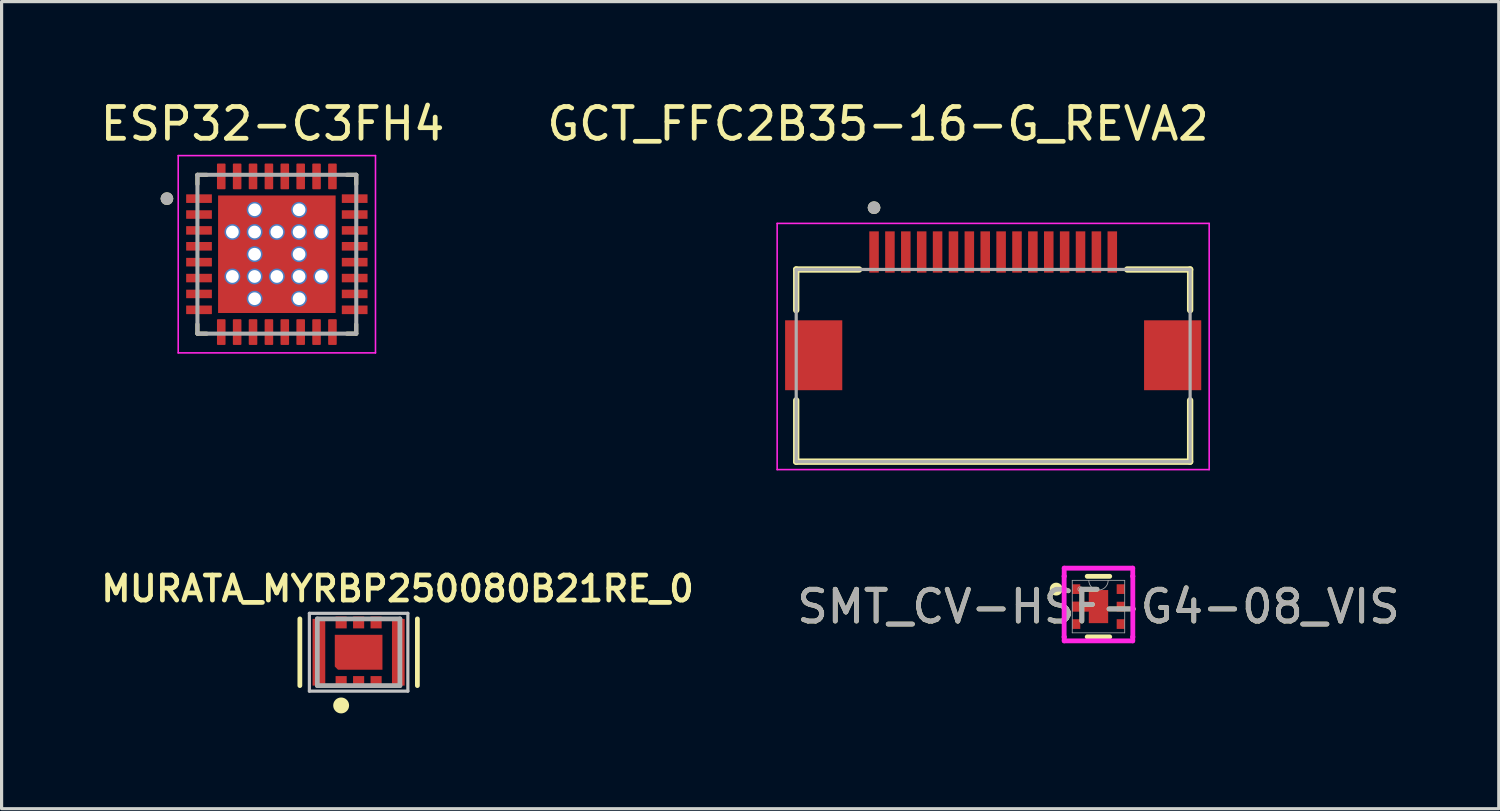
<source format=kicad_pcb>
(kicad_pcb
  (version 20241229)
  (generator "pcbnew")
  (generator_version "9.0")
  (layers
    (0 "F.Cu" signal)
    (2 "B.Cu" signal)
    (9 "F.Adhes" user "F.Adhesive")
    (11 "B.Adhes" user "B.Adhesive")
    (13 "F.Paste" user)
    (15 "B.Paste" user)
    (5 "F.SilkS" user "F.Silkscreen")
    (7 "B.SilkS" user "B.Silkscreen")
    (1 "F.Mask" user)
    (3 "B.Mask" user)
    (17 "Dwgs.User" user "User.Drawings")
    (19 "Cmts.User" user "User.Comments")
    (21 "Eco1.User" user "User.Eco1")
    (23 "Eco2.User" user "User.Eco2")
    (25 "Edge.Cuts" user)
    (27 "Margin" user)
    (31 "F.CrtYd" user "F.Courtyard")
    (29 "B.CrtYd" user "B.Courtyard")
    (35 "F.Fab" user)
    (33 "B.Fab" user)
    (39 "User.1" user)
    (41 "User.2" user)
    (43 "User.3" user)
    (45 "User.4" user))
  (footprint "GCT_FFC2B35-16-G_REVA2"
    (layer "F.Cu")
    (at 28.214 8.133)
    (property "Reference" "GCT_FFC2B35-16-G_REVA2" (at -3.625 -7.285 0) (layer "F.SilkS") (effects (font (size 1 1) (thickness 0.15))))
    (attr smd)
    (fp_line (start -6.2 -2.7) (end -4.22 -2.7) (stroke (width 0.2) (type solid)) (layer "F.SilkS"))
    (fp_line (start -6.2 -1.42) (end -6.2 -2.7) (stroke (width 0.2) (type solid)) (layer "F.SilkS"))
    (fp_line (start -6.2 3.35) (end -6.2 1.42) (stroke (width 0.2) (type solid)) (layer "F.SilkS"))
    (fp_line (start 4.22 -2.7) (end 6.2 -2.7) (stroke (width 0.2) (type solid)) (layer "F.SilkS"))
    (fp_line (start 6.2 -2.7) (end 6.2 -1.42) (stroke (width 0.2) (type solid)) (layer "F.SilkS"))
    (fp_line (start 6.2 3.35) (end -6.2 3.35) (stroke (width 0.2) (type solid)) (layer "F.SilkS"))
    (fp_line (start 6.2 3.35) (end 6.2 1.42) (stroke (width 0.2) (type solid)) (layer "F.SilkS"))
    (fp_circle (center -3.75 -4.646) (end -3.65 -4.646) (stroke (width 0.2) (type solid)) (fill no) (layer "F.SilkS"))
    (fp_line (start -6.8 -4.15) (end -6.8 3.6) (stroke (width 0.05) (type solid)) (layer "F.CrtYd"))
    (fp_line (start -6.8 3.6) (end 6.8 3.6) (stroke (width 0.05) (type solid)) (layer "F.CrtYd"))
    (fp_line (start 6.8 -4.15) (end -6.8 -4.15) (stroke (width 0.05) (type solid)) (layer "F.CrtYd"))
    (fp_line (start 6.8 3.6) (end 6.8 -4.15) (stroke (width 0.05) (type solid)) (layer "F.CrtYd"))
    (fp_line (start -6.2 -2.7) (end 6.2 -2.7) (stroke (width 0.1) (type solid)) (layer "F.Fab"))
    (fp_line (start -6.2 3.35) (end -6.2 -2.7) (stroke (width 0.1) (type solid)) (layer "F.Fab"))
    (fp_line (start 6.2 -2.7) (end 6.2 3.35) (stroke (width 0.1) (type solid)) (layer "F.Fab"))
    (fp_line (start 6.2 3.35) (end -6.2 3.35) (stroke (width 0.1) (type solid)) (layer "F.Fab"))
    (fp_circle (center -3.75 -4.646) (end -3.65 -4.646) (stroke (width 0.2) (type solid)) (fill no) (layer "F.Fab"))
    (pad "1" smd rect (at -3.75 -3.25) (size 0.3 1.3) (layers "F.Cu" "F.Mask" "F.Paste"))
    (pad "2" smd rect (at -3.25 -3.25) (size 0.3 1.3) (layers "F.Cu" "F.Mask" "F.Paste"))
    (pad "3" smd rect (at -2.75 -3.25) (size 0.3 1.3) (layers "F.Cu" "F.Mask" "F.Paste"))
    (pad "4" smd rect (at -2.25 -3.25) (size 0.3 1.3) (layers "F.Cu" "F.Mask" "F.Paste"))
    (pad "5" smd rect (at -1.75 -3.25) (size 0.3 1.3) (layers "F.Cu" "F.Mask" "F.Paste"))
    (pad "6" smd rect (at -1.25 -3.25) (size 0.3 1.3) (layers "F.Cu" "F.Mask" "F.Paste"))
    (pad "7" smd rect (at -0.75 -3.25) (size 0.3 1.3) (layers "F.Cu" "F.Mask" "F.Paste"))
    (pad "8" smd rect (at -0.25 -3.25) (size 0.3 1.3) (layers "F.Cu" "F.Mask" "F.Paste"))
    (pad "9" smd rect (at 0.25 -3.25) (size 0.3 1.3) (layers "F.Cu" "F.Mask" "F.Paste"))
    (pad "10" smd rect (at 0.75 -3.25) (size 0.3 1.3) (layers "F.Cu" "F.Mask" "F.Paste"))
    (pad "11" smd rect (at 1.25 -3.25) (size 0.3 1.3) (layers "F.Cu" "F.Mask" "F.Paste"))
    (pad "12" smd rect (at 1.75 -3.25) (size 0.3 1.3) (layers "F.Cu" "F.Mask" "F.Paste"))
    (pad "13" smd rect (at 2.25 -3.25) (size 0.3 1.3) (layers "F.Cu" "F.Mask" "F.Paste"))
    (pad "14" smd rect (at 2.75 -3.25) (size 0.3 1.3) (layers "F.Cu" "F.Mask" "F.Paste"))
    (pad "15" smd rect (at 3.25 -3.25) (size 0.3 1.3) (layers "F.Cu" "F.Mask" "F.Paste"))
    (pad "16" smd rect (at 3.75 -3.25) (size 0.3 1.3) (layers "F.Cu" "F.Mask" "F.Paste"))
    (pad "S1" smd rect (at -5.65 0) (size 1.8 2.2) (layers "F.Cu" "F.Mask" "F.Paste"))
    (pad "S2" smd rect (at 5.65 0) (size 1.8 2.2) (layers "F.Cu" "F.Mask" "F.Paste")))
  (footprint "ESP32-C3FH4"
    (layer "F.Cu")
    (at 5.665 4.953)
    (property "Reference" "ESP32-C3FH4" (at -0.135 -4.105 0) (layer "F.SilkS") (effects (font (size 1 1) (thickness 0.15))))
    (attr smd)
    (fp_line (start -2.5 -2.5) (end -2.5 -2.205) (stroke (width 0.127) (type solid)) (layer "F.SilkS"))
    (fp_line (start -2.5 -2.5) (end -2.205 -2.5) (stroke (width 0.127) (type solid)) (layer "F.SilkS"))
    (fp_line (start -2.5 2.5) (end -2.5 2.205) (stroke (width 0.127) (type solid)) (layer "F.SilkS"))
    (fp_line (start -2.5 2.5) (end -2.205 2.5) (stroke (width 0.127) (type solid)) (layer "F.SilkS"))
    (fp_line (start 2.5 -2.5) (end 2.205 -2.5) (stroke (width 0.127) (type solid)) (layer "F.SilkS"))
    (fp_line (start 2.5 -2.5) (end 2.5 -2.205) (stroke (width 0.127) (type solid)) (layer "F.SilkS"))
    (fp_line (start 2.5 2.5) (end 2.205 2.5) (stroke (width 0.127) (type solid)) (layer "F.SilkS"))
    (fp_line (start 2.5 2.5) (end 2.5 2.205) (stroke (width 0.127) (type solid)) (layer "F.SilkS"))
    (fp_circle (center -3.46 -1.75) (end -3.36 -1.75) (stroke (width 0.2) (type solid)) (fill no) (layer "F.SilkS"))
    (fp_poly (pts (xy -1.85 -1.85) (xy -0.95 -1.85) (xy -0.95 -0.95) (xy -1.85 -0.95)) (stroke (width 0.01) (type solid)) (fill yes) (layer "F.Paste"))
    (fp_poly (pts (xy -1.85 -0.45) (xy -0.95 -0.45) (xy -0.95 0.45) (xy -1.85 0.45)) (stroke (width 0.01) (type solid)) (fill yes) (layer "F.Paste"))
    (fp_poly (pts (xy -1.85 0.95) (xy -0.95 0.95) (xy -0.95 1.85) (xy -1.85 1.85)) (stroke (width 0.01) (type solid)) (fill yes) (layer "F.Paste"))
    (fp_poly (pts (xy -0.45 -1.85) (xy 0.45 -1.85) (xy 0.45 -0.95) (xy -0.45 -0.95)) (stroke (width 0.01) (type solid)) (fill yes) (layer "F.Paste"))
    (fp_poly (pts (xy -0.45 -0.45) (xy 0.45 -0.45) (xy 0.45 0.45) (xy -0.45 0.45)) (stroke (width 0.01) (type solid)) (fill yes) (layer "F.Paste"))
    (fp_poly (pts (xy -0.45 0.95) (xy 0.45 0.95) (xy 0.45 1.85) (xy -0.45 1.85)) (stroke (width 0.01) (type solid)) (fill yes) (layer "F.Paste"))
    (fp_poly (pts (xy 0.95 -1.85) (xy 1.85 -1.85) (xy 1.85 -0.95) (xy 0.95 -0.95)) (stroke (width 0.01) (type solid)) (fill yes) (layer "F.Paste"))
    (fp_poly (pts (xy 0.95 -0.45) (xy 1.85 -0.45) (xy 1.85 0.45) (xy 0.95 0.45)) (stroke (width 0.01) (type solid)) (fill yes) (layer "F.Paste"))
    (fp_poly (pts (xy 0.95 0.95) (xy 1.85 0.95) (xy 1.85 1.85) (xy 0.95 1.85)) (stroke (width 0.01) (type solid)) (fill yes) (layer "F.Paste"))
    (fp_line (start -3.105 -3.105) (end 3.105 -3.105) (stroke (width 0.05) (type solid)) (layer "F.CrtYd"))
    (fp_line (start -3.105 3.105) (end -3.105 -3.105) (stroke (width 0.05) (type solid)) (layer "F.CrtYd"))
    (fp_line (start -3.105 3.105) (end 3.105 3.105) (stroke (width 0.05) (type solid)) (layer "F.CrtYd"))
    (fp_line (start 3.105 3.105) (end 3.105 -3.105) (stroke (width 0.05) (type solid)) (layer "F.CrtYd"))
    (fp_line (start -2.5 2.5) (end -2.5 -2.5) (stroke (width 0.127) (type solid)) (layer "F.Fab"))
    (fp_line (start 2.5 -2.5) (end -2.5 -2.5) (stroke (width 0.127) (type solid)) (layer "F.Fab"))
    (fp_line (start 2.5 2.5) (end -2.5 2.5) (stroke (width 0.127) (type solid)) (layer "F.Fab"))
    (fp_line (start 2.5 2.5) (end 2.5 -2.5) (stroke (width 0.127) (type solid)) (layer "F.Fab"))
    (fp_circle (center -3.46 -1.75) (end -3.36 -1.75) (stroke (width 0.2) (type solid)) (fill no) (layer "F.Fab"))
    (pad "1" smd roundrect (at -2.45 -1.75) (size 0.81 0.27) (layers "F.Cu" "F.Mask" "F.Paste") (roundrect_rratio 0.03))
    (pad "2" smd roundrect (at -2.45 -1.25) (size 0.81 0.27) (layers "F.Cu" "F.Mask" "F.Paste") (roundrect_rratio 0.03))
    (pad "3" smd roundrect (at -2.45 -0.75) (size 0.81 0.27) (layers "F.Cu" "F.Mask" "F.Paste") (roundrect_rratio 0.03))
    (pad "4" smd roundrect (at -2.45 -0.25) (size 0.81 0.27) (layers "F.Cu" "F.Mask" "F.Paste") (roundrect_rratio 0.03))
    (pad "5" smd roundrect (at -2.45 0.25) (size 0.81 0.27) (layers "F.Cu" "F.Mask" "F.Paste") (roundrect_rratio 0.03))
    (pad "6" smd roundrect (at -2.45 0.75) (size 0.81 0.27) (layers "F.Cu" "F.Mask" "F.Paste") (roundrect_rratio 0.03))
    (pad "7" smd roundrect (at -2.45 1.25) (size 0.81 0.27) (layers "F.Cu" "F.Mask" "F.Paste") (roundrect_rratio 0.03))
    (pad "8" smd roundrect (at -2.45 1.75) (size 0.81 0.27) (layers "F.Cu" "F.Mask" "F.Paste") (roundrect_rratio 0.03))
    (pad "9" smd roundrect (at -1.75 2.45) (size 0.27 0.81) (layers "F.Cu" "F.Mask" "F.Paste") (roundrect_rratio 0.1))
    (pad "10" smd roundrect (at -1.25 2.45) (size 0.27 0.81) (layers "F.Cu" "F.Mask" "F.Paste") (roundrect_rratio 0.1))
    (pad "11" smd roundrect (at -0.75 2.45) (size 0.27 0.81) (layers "F.Cu" "F.Mask" "F.Paste") (roundrect_rratio 0.1))
    (pad "12" smd roundrect (at -0.25 2.45) (size 0.27 0.81) (layers "F.Cu" "F.Mask" "F.Paste") (roundrect_rratio 0.1))
    (pad "13" smd roundrect (at 0.25 2.45) (size 0.27 0.81) (layers "F.Cu" "F.Mask" "F.Paste") (roundrect_rratio 0.1))
    (pad "14" smd roundrect (at 0.75 2.45) (size 0.27 0.81) (layers "F.Cu" "F.Mask" "F.Paste") (roundrect_rratio 0.1))
    (pad "15" smd roundrect (at 1.25 2.45) (size 0.27 0.81) (layers "F.Cu" "F.Mask" "F.Paste") (roundrect_rratio 0.1))
    (pad "16" smd roundrect (at 1.75 2.45) (size 0.27 0.81) (layers "F.Cu" "F.Mask" "F.Paste") (roundrect_rratio 0.1))
    (pad "17" smd roundrect (at 2.45 1.75) (size 0.81 0.27) (layers "F.Cu" "F.Mask" "F.Paste") (roundrect_rratio 0.03))
    (pad "18" smd roundrect (at 2.45 1.25) (size 0.81 0.27) (layers "F.Cu" "F.Mask" "F.Paste") (roundrect_rratio 0.03))
    (pad "19" smd roundrect (at 2.45 0.75) (size 0.81 0.27) (layers "F.Cu" "F.Mask" "F.Paste") (roundrect_rratio 0.03))
    (pad "20" smd roundrect (at 2.45 0.25) (size 0.81 0.27) (layers "F.Cu" "F.Mask" "F.Paste") (roundrect_rratio 0.03))
    (pad "21" smd roundrect (at 2.45 -0.25) (size 0.81 0.27) (layers "F.Cu" "F.Mask" "F.Paste") (roundrect_rratio 0.03))
    (pad "22" smd roundrect (at 2.45 -0.75) (size 0.81 0.27) (layers "F.Cu" "F.Mask" "F.Paste") (roundrect_rratio 0.03))
    (pad "23" smd roundrect (at 2.45 -1.25) (size 0.81 0.27) (layers "F.Cu" "F.Mask" "F.Paste") (roundrect_rratio 0.03))
    (pad "24" smd roundrect (at 2.45 -1.75) (size 0.81 0.27) (layers "F.Cu" "F.Mask" "F.Paste") (roundrect_rratio 0.03))
    (pad "25" smd roundrect (at 1.75 -2.45) (size 0.27 0.81) (layers "F.Cu" "F.Mask" "F.Paste") (roundrect_rratio 0.1))
    (pad "26" smd roundrect (at 1.25 -2.45) (size 0.27 0.81) (layers "F.Cu" "F.Mask" "F.Paste") (roundrect_rratio 0.1))
    (pad "27" smd roundrect (at 0.75 -2.45) (size 0.27 0.81) (layers "F.Cu" "F.Mask" "F.Paste") (roundrect_rratio 0.1))
    (pad "28" smd roundrect (at 0.25 -2.45) (size 0.27 0.81) (layers "F.Cu" "F.Mask" "F.Paste") (roundrect_rratio 0.1))
    (pad "29" smd roundrect (at -0.25 -2.45) (size 0.27 0.81) (layers "F.Cu" "F.Mask" "F.Paste") (roundrect_rratio 0.1))
    (pad "30" smd roundrect (at -0.75 -2.45) (size 0.27 0.81) (layers "F.Cu" "F.Mask" "F.Paste") (roundrect_rratio 0.1))
    (pad "31" smd roundrect (at -1.25 -2.45) (size 0.27 0.81) (layers "F.Cu" "F.Mask" "F.Paste") (roundrect_rratio 0.1))
    (pad "32" smd roundrect (at -1.75 -2.45) (size 0.27 0.81) (layers "F.Cu" "F.Mask" "F.Paste") (roundrect_rratio 0.1))
    (pad "33" smd rect (at 0 0) (size 3.7 3.7) (layers "F.Cu" "F.Mask"))
    (pad "34" thru_hole circle (at -0.7 -1.4) (size 0.5 0.5) (drill 0.4) (layers "*.Cu"))
    (pad "35" thru_hole circle (at 0.7 -1.4) (size 0.5 0.5) (drill 0.4) (layers "*.Cu"))
    (pad "36" thru_hole circle (at -1.4 -0.7) (size 0.5 0.5) (drill 0.4) (layers "*.Cu"))
    (pad "37" thru_hole circle (at -0.7 -0.7) (size 0.5 0.5) (drill 0.4) (layers "*.Cu"))
    (pad "38" thru_hole circle (at 0 -0.7) (size 0.5 0.5) (drill 0.4) (layers "*.Cu"))
    (pad "39" thru_hole circle (at 0.7 -0.7) (size 0.5 0.5) (drill 0.4) (layers "*.Cu"))
    (pad "40" thru_hole circle (at 1.4 -0.7) (size 0.5 0.5) (drill 0.4) (layers "*.Cu"))
    (pad "41" thru_hole circle (at -0.7 0) (size 0.5 0.5) (drill 0.4) (layers "*.Cu"))
    (pad "42" thru_hole circle (at 0.7 0) (size 0.5 0.5) (drill 0.4) (layers "*.Cu"))
    (pad "43" thru_hole circle (at -1.4 0.7) (size 0.5 0.5) (drill 0.4) (layers "*.Cu"))
    (pad "44" thru_hole circle (at -0.7 0.7) (size 0.5 0.5) (drill 0.4) (layers "*.Cu"))
    (pad "45" thru_hole circle (at 0 0.7) (size 0.5 0.5) (drill 0.4) (layers "*.Cu"))
    (pad "46" thru_hole circle (at 0.7 0.7) (size 0.5 0.5) (drill 0.4) (layers "*.Cu"))
    (pad "47" thru_hole circle (at 1.4 0.7) (size 0.5 0.5) (drill 0.4) (layers "*.Cu"))
    (pad "48" thru_hole circle (at -0.7 1.4) (size 0.5 0.5) (drill 0.4) (layers "*.Cu"))
    (pad "49" thru_hole circle (at 0.7 1.4) (size 0.5 0.5) (drill 0.4) (layers "*.Cu")))
  (footprint "SMT_CV-HSF-G4-08_VIS"
    (layer "F.Cu")
    (at 31.529 16.045)
    (property "Reference" "SMT_CV-HSF-G4-08_VIS" (at 0 0 0) (unlocked yes) (layer "F.SilkS") (effects (font (size 1 1) (thickness 0.15))))
    (attr smd)
    (fp_poly (pts (xy -0.827 0.152) (xy -0.827 -0.152) (xy -0.305 -0.152) (xy -0.305 -0.521) (xy 0.305 -0.521) (xy 0.305 0.521) (xy -0.305 0.521) (xy -0.305 0.152)) (stroke (width 0) (type solid)) (fill yes) (layer "F.Cu"))
    (fp_poly (pts (xy -0.827 0.152) (xy -0.827 -0.152) (xy -0.305 -0.152) (xy -0.305 -0.521) (xy 0.305 -0.521) (xy 0.305 0.521) (xy -0.305 0.521) (xy -0.305 0.152)) (stroke (width 0) (type solid)) (fill yes) (layer "F.Mask"))
    (fp_line (start -0.354 0.953) (end 0.354 0.953) (stroke (width 0.152) (type solid)) (layer "F.SilkS"))
    (fp_line (start 0.354 -0.953) (end -0.354 -0.953) (stroke (width 0.152) (type solid)) (layer "F.SilkS"))
    (fp_circle (center -1.331 -0.55) (end -1.204 -0.55) (stroke (width 0.152) (type solid)) (fill no) (layer "F.SilkS"))
    (fp_poly (pts (xy -0.827 0.152) (xy -0.827 -0.152) (xy -0.305 -0.152) (xy -0.305 -0.521) (xy 0.305 -0.521) (xy 0.305 0.521) (xy -0.305 0.521) (xy -0.305 0.152)) (stroke (width 0) (type solid)) (fill yes) (layer "F.Paste"))
    (fp_line (start -1.081 -0.956) (end -1.079 -0.956) (stroke (width 0.152) (type solid)) (layer "F.CrtYd"))
    (fp_line (start -1.081 0.956) (end -1.081 -0.956) (stroke (width 0.152) (type solid)) (layer "F.CrtYd"))
    (fp_line (start -1.081 0.956) (end -1.079 0.956) (stroke (width 0.152) (type solid)) (layer "F.CrtYd"))
    (fp_line (start -1.079 -1.21) (end 1.079 -1.21) (stroke (width 0.152) (type solid)) (layer "F.CrtYd"))
    (fp_line (start -1.079 -0.956) (end -1.079 -1.21) (stroke (width 0.152) (type solid)) (layer "F.CrtYd"))
    (fp_line (start -1.079 1.079) (end -1.079 0.956) (stroke (width 0.152) (type solid)) (layer "F.CrtYd"))
    (fp_line (start 1.079 -1.21) (end 1.079 -0.956) (stroke (width 0.152) (type solid)) (layer "F.CrtYd"))
    (fp_line (start 1.079 0.956) (end 1.079 1.079) (stroke (width 0.152) (type solid)) (layer "F.CrtYd"))
    (fp_line (start 1.079 1.079) (end -1.079 1.079) (stroke (width 0.152) (type solid)) (layer "F.CrtYd"))
    (fp_line (start 1.081 -0.956) (end 1.079 -0.956) (stroke (width 0.152) (type solid)) (layer "F.CrtYd"))
    (fp_line (start 1.081 -0.956) (end 1.081 0.956) (stroke (width 0.152) (type solid)) (layer "F.CrtYd"))
    (fp_line (start 1.081 0.956) (end 1.079 0.956) (stroke (width 0.152) (type solid)) (layer "F.CrtYd"))
    (fp_line (start -0.826 -0.826) (end -0.826 0.826) (stroke (width 0.025) (type solid)) (layer "F.Fab"))
    (fp_line (start -0.826 0.826) (end 0.826 0.826) (stroke (width 0.025) (type solid)) (layer "F.Fab"))
    (fp_line (start 0.826 -0.826) (end -0.826 -0.826) (stroke (width 0.025) (type solid)) (layer "F.Fab"))
    (fp_line (start 0.826 0.826) (end 0.826 -0.826) (stroke (width 0.025) (type solid)) (layer "F.Fab"))
    (fp_arc (start 0.3048 -0.8255) (mid 0 -0.5207) (end -0.3048 -0.8255) (stroke (width 0.0254) (type solid)) (layer "F.Fab"))
    (fp_circle (center -0.573 -0.55) (end -0.497 -0.55) (stroke (width 0.025) (type solid)) (fill no) (layer "F.Fab"))
    (fp_text user "${REFERENCE}" (at 0 0 0) (unlocked yes) (layer "F.Fab") (effects (font (size 1 1) (thickness 0.15))))
    (pad "1" smd rect (at -0.7 -0.55) (size 0.254 0.305) (layers "F.Cu" "F.Mask" "F.Paste"))
    (pad "2" smd rect (at -0.566 0) (size 0.522 0.305) (layers "F.Cu" "F.Mask" "F.Paste"))
    (pad "3" smd rect (at -0.7 0.55) (size 0.254 0.305) (layers "F.Cu" "F.Mask" "F.Paste"))
    (pad "4" smd rect (at 0.7 0.55) (size 0.254 0.305) (layers "F.Cu" "F.Mask" "F.Paste"))
    (pad "5" smd rect (at 0.7 0) (size 0.254 0.305) (layers "F.Cu" "F.Mask" "F.Paste"))
    (pad "6" smd rect (at 0.7 -0.55) (size 0.254 0.305) (layers "F.Cu" "F.Mask" "F.Paste")))
  (footprint "MURATA_MYRBP250080B21RE_0"
    (layer "F.Cu")
    (at 8.239 17.482)
    (property "Reference" "MURATA_MYRBP250080B21RE_0" (at 1.225 -2 0) (layer "F.SilkS") (effects (font (size 0.787 0.787) (thickness 0.15))))
    (attr smd)
    (fp_poly (pts (xy -0.65 0.55) (xy 0.75 0.55) (xy 0.75 -0.55) (xy -0.75 -0.55) (xy -0.75 0.45)) (stroke (width 0) (type solid)) (fill yes) (layer "F.Mask"))
    (fp_line (start -1.85 1.05) (end -1.85 -1.05) (stroke (width 0.15) (type solid)) (layer "F.SilkS"))
    (fp_line (start 1.85 1.05) (end 1.85 -1.05) (stroke (width 0.15) (type solid)) (layer "F.SilkS"))
    (fp_circle (center -0.55 1.675) (end -0.3 1.675) (stroke (width 0) (type solid)) (fill yes) (layer "F.SilkS"))
    (fp_line (start -1.55 -1.225) (end 1.55 -1.225) (stroke (width 0.1) (type solid)) (layer "Dwgs.User"))
    (fp_line (start -1.55 1.225) (end -1.55 -1.225) (stroke (width 0.1) (type solid)) (layer "Dwgs.User"))
    (fp_line (start 1.55 -1.225) (end 1.55 1.225) (stroke (width 0.1) (type solid)) (layer "Dwgs.User"))
    (fp_line (start 1.55 1.225) (end -1.55 1.225) (stroke (width 0.1) (type solid)) (layer "Dwgs.User"))
    (fp_line (start -1.3 -1.05) (end 1.3 -1.05) (stroke (width 0.15) (type solid)) (layer "F.Fab"))
    (fp_line (start -1.3 1.05) (end -1.3 -1.05) (stroke (width 0.15) (type solid)) (layer "F.Fab"))
    (fp_line (start 1.3 -1.05) (end 1.3 1.05) (stroke (width 0.15) (type solid)) (layer "F.Fab"))
    (fp_line (start 1.3 1.05) (end -1.3 1.05) (stroke (width 0.15) (type solid)) (layer "F.Fab"))
    (pad "1" smd rect (at -0.55 0.938) (size 0.35 0.375) (layers "F.Cu" "F.Mask" "F.Paste"))
    (pad "2" smd rect (at 0 0.938) (size 0.35 0.375) (layers "F.Cu" "F.Mask" "F.Paste"))
    (pad "3" smd rect (at 0.55 0.938) (size 0.35 0.375) (layers "F.Cu" "F.Mask" "F.Paste"))
    (pad "4" smd rect (at 0.55 -0.938) (size 0.35 0.375) (layers "F.Cu" "F.Mask" "F.Paste"))
    (pad "5" smd rect (at 0 -0.938) (size 0.35 0.375) (layers "F.Cu" "F.Mask" "F.Paste"))
    (pad "6" smd rect (at -0.55 -0.938) (size 0.35 0.375) (layers "F.Cu" "F.Mask" "F.Paste"))
    (pad "7" smd rect (at -1.25 0) (size 0.4 2.1) (layers "F.Cu" "F.Mask" "F.Paste"))
    (pad "8" smd rect (at 1.25 0) (size 0.4 2.1) (layers "F.Cu" "F.Mask" "F.Paste"))
    (pad "9" smd circle (at 0 0) (size 0.99 0.99) (layers "F.Cu"))
    (pad "SMD_9" smd rect (at -0.55 0.95) (size 0.3 0.3) (layers "F.Cu" "F.Mask" "F.Paste"))
    (pad "SMD_10" smd rect (at 0 0.95) (size 0.3 0.3) (layers "F.Cu" "F.Mask" "F.Paste"))
    (pad "SMD_11" smd rect (at 0.55 0.95) (size 0.3 0.3) (layers "F.Cu" "F.Mask" "F.Paste"))
    (pad "SMD_12" smd rect (at 0.55 -0.95) (size 0.3 0.3) (layers "F.Cu" "F.Mask" "F.Paste"))
    (pad "SMD_13" smd rect (at 0 -0.95) (size 0.3 0.3) (layers "F.Cu" "F.Mask" "F.Paste"))
    (pad "SMD_14" smd rect (at -0.55 -0.95) (size 0.3 0.3) (layers "F.Cu" "F.Mask" "F.Paste"))
    (pad "SMD_15" smd rect (at -1.262 0) (size 0.325 2.05) (layers "F.Cu" "F.Mask" "F.Paste"))
    (pad "SMD_16" smd rect (at 1.262 0) (size 0.325 2.05) (layers "F.Cu" "F.Mask" "F.Paste"))
    (pad "SMD_17" smd custom (at -0.45 0) (size 0.4 0.9) (layers "F.Cu" "F.Mask" "F.Paste") (options (anchor rect)) (primitives (gr_poly (pts (xy -0.2 0.55) (xy 1.2 0.55) (xy 1.2 -0.55) (xy -0.3 -0.55) (xy -0.3 0.45)) (width 0) (fill yes))))
    (pad "SMD_18" smd rect (at 0.45 0) (size 0.4 0.9) (layers "F.Cu" "F.Mask" "F.Paste")))
  (gr_rect
    (start -3 -3)
    (end 44.13 22.407)
    (stroke (width 0.1) (type default))
    (fill no)
    (layer "Edge.Cuts")))
</source>
